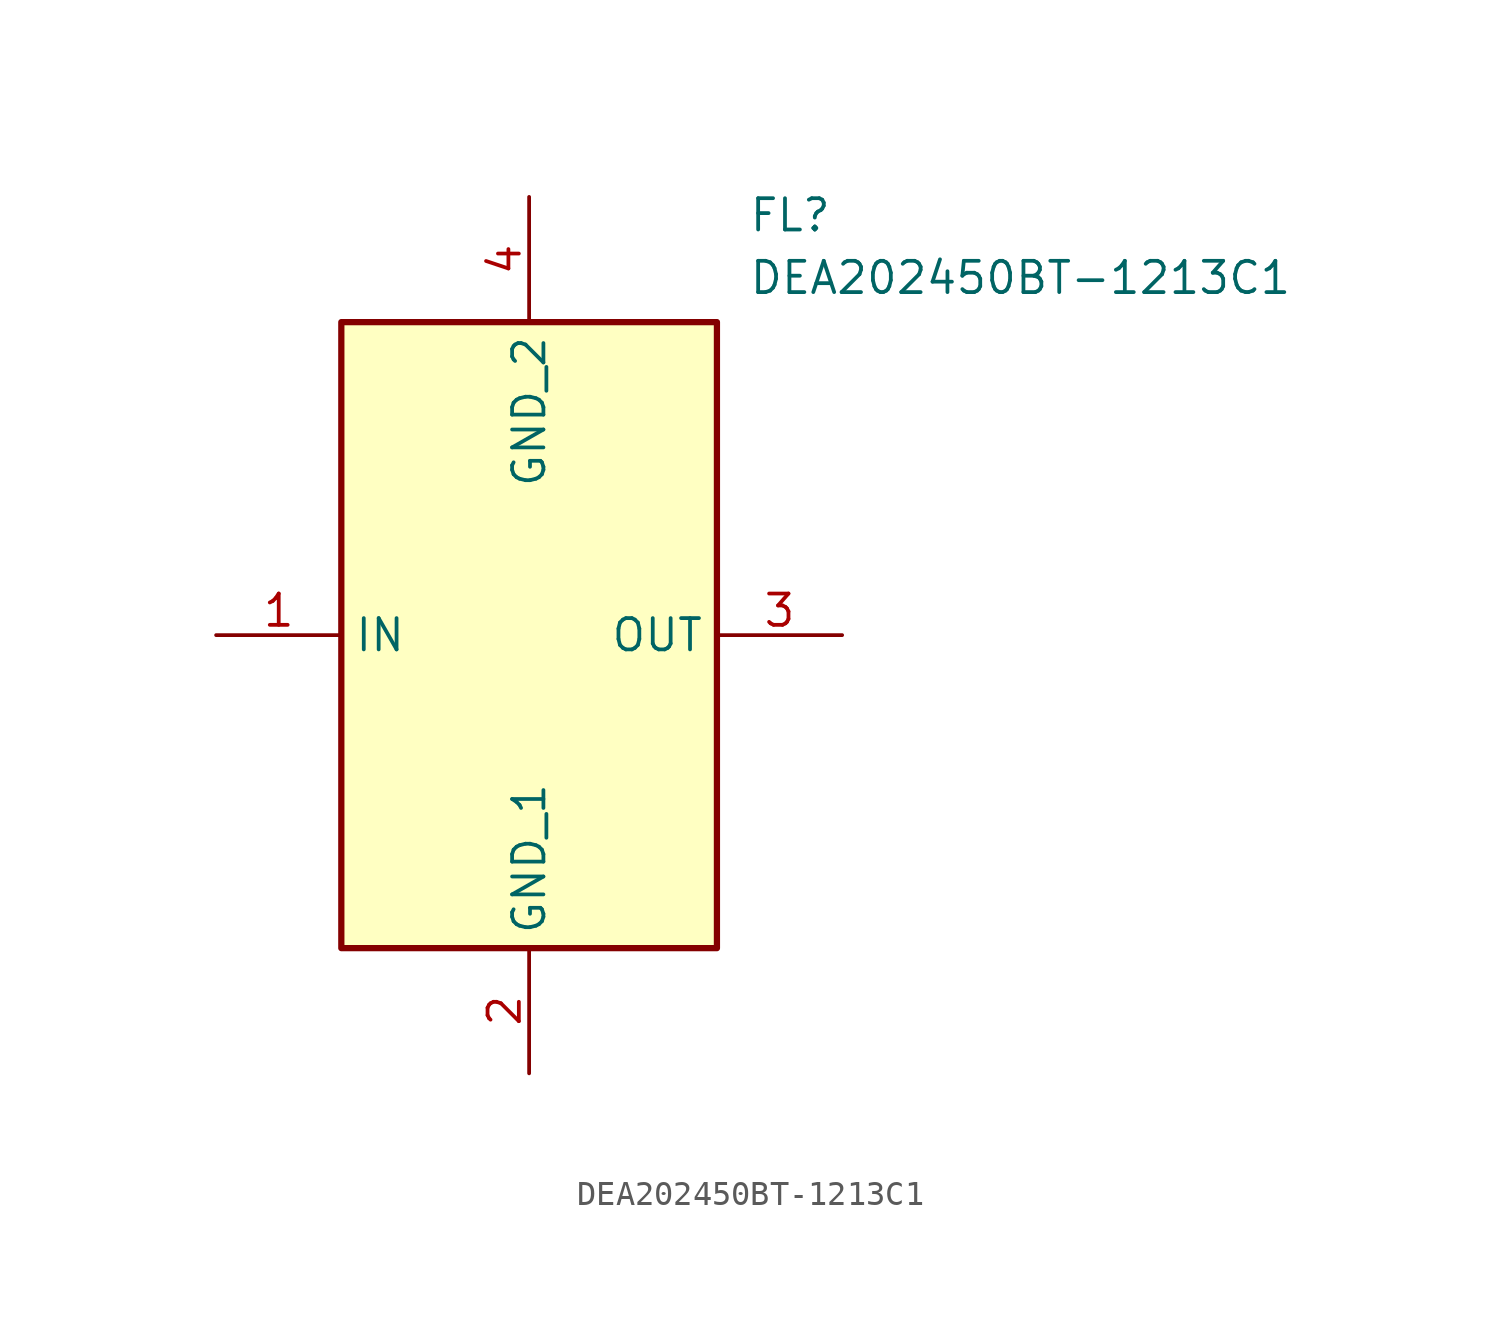
<source format=kicad_sym>
(kicad_symbol_lib
  (version 20211014)
  (generator SamacSys_ECAD_Model)
  (symbol "DEA202450BT-1213C1"
    (property "Reference" "FL"
      (at 21.59 17.78 0)
      (effects (font (size 1.27 1.27)) (justify left top)))
    (property "Value" "DEA202450BT-1213C1"
      (at 21.59 15.24 0)
      (effects (font (size 1.27 1.27)) (justify left top)))
    (rectangle
      (start 5.08 12.7)
      (end 20.32 -12.7)
      (stroke (width 0.254) (type default))
      (fill (type background)))
    (pin passive line
      (at 0 0 0)
      (length 5.08)
      (name "IN" (effects (font (size 1.27 1.27))))
      (number "1" (effects (font (size 1.27 1.27)))))
    (pin passive line
      (at 12.7 -17.78 90)
      (length 5.08)
      (name "GND_1" (effects (font (size 1.27 1.27))))
      (number "2" (effects (font (size 1.27 1.27)))))
    (pin passive line
      (at 25.4 0 180)
      (length 5.08)
      (name "OUT" (effects (font (size 1.27 1.27))))
      (number "3" (effects (font (size 1.27 1.27)))))
    (pin passive line
      (at 12.7 17.78 270)
      (length 5.08)
      (name "GND_2" (effects (font (size 1.27 1.27))))
      (number "4" (effects (font (size 1.27 1.27)))))))
</source>
